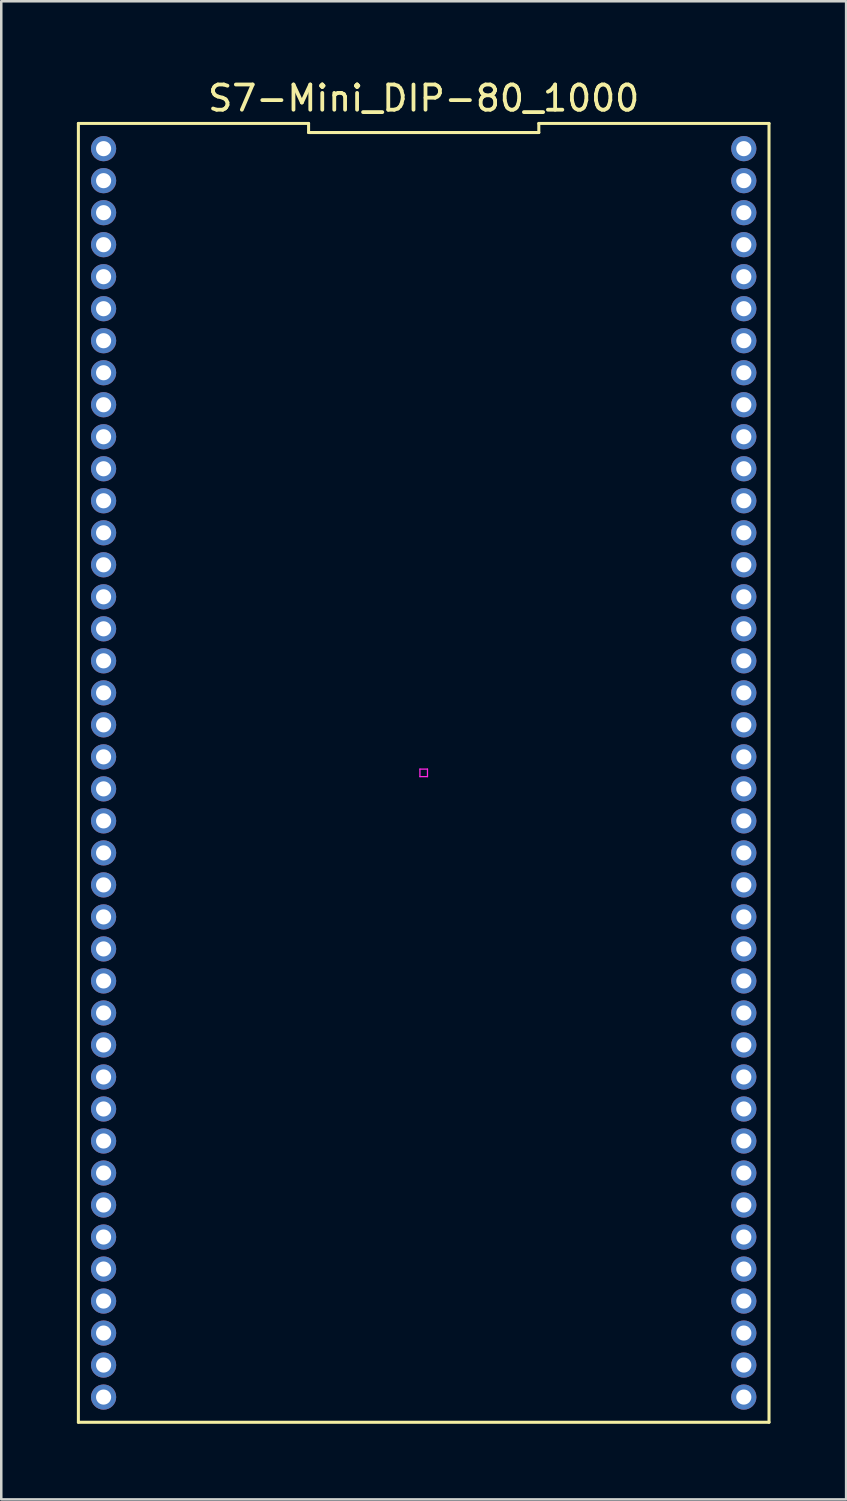
<source format=kicad_pcb>
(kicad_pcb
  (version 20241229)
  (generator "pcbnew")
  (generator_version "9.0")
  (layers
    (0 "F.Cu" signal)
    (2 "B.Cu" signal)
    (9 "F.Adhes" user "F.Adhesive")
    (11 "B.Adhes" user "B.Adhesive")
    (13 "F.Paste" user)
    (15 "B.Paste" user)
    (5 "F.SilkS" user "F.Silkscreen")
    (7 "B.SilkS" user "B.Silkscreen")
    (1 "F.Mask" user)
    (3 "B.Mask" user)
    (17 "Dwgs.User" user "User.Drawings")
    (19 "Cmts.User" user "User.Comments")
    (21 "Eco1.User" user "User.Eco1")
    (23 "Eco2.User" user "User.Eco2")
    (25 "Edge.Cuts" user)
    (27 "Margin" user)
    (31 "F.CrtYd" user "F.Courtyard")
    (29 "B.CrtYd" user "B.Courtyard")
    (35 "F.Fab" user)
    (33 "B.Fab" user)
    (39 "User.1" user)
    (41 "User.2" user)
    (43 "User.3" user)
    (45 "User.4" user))
  (footprint "S7-Mini_DIP-80_1000"
    (layer "F.Cu")
    (at 13.76 27.613)
    (property "Reference" "S7-Mini_DIP-80_1000" (at 0 -26.765 0) (layer "F.SilkS") (effects (font (size 1 1) (thickness 0.15))))
    (attr through_hole)
    (fp_line (start -13.7 25.765) (end 13.7 25.765) (stroke (width 0.12) (type solid)) (layer "F.SilkS"))
    (fp_line (start -13.7 -25.765) (end -13.7 25.765) (stroke (width 0.12) (type solid)) (layer "F.SilkS"))
    (fp_line (start -4.567 -25.765) (end -13.7 -25.765) (stroke (width 0.12) (type solid)) (layer "F.SilkS"))
    (fp_line (start -4.567 -25.405) (end -4.567 -25.765) (stroke (width 0.12) (type solid)) (layer "F.SilkS"))
    (fp_line (start 4.567 -25.765) (end 4.567 -25.405) (stroke (width 0.12) (type solid)) (layer "F.SilkS"))
    (fp_line (start 4.567 -25.405) (end -4.567 -25.405) (stroke (width 0.12) (type solid)) (layer "F.SilkS"))
    (fp_line (start 13.7 25.765) (end 13.7 -25.765) (stroke (width 0.12) (type solid)) (layer "F.SilkS"))
    (fp_line (start 13.7 -25.765) (end 4.567 -25.765) (stroke (width 0.12) (type solid)) (layer "F.SilkS"))
    (fp_line (start -0.15 -0.15) (end 0.15 -0.15) (stroke (width 0.05) (type solid)) (layer "F.CrtYd"))
    (fp_line (start -0.15 0.15) (end -0.15 -0.15) (stroke (width 0.05) (type solid)) (layer "F.CrtYd"))
    (fp_line (start 0.15 -0.15) (end 0.15 0.15) (stroke (width 0.05) (type solid)) (layer "F.CrtYd"))
    (fp_line (start 0.15 0.15) (end -0.15 0.15) (stroke (width 0.05) (type solid)) (layer "F.CrtYd"))
    (pad "1" thru_hole circle (at -12.7 -24.765 270) (size 1 1) (drill 0.6) (layers "*.Cu" "*.Mask"))
    (pad "2" thru_hole circle (at -12.7 -23.495 270) (size 1 1) (drill 0.6) (layers "*.Cu" "*.Mask"))
    (pad "3" thru_hole circle (at -12.7 -22.225 270) (size 1 1) (drill 0.6) (layers "*.Cu" "*.Mask"))
    (pad "4" thru_hole circle (at -12.7 -20.955 270) (size 1 1) (drill 0.6) (layers "*.Cu" "*.Mask"))
    (pad "5" thru_hole circle (at -12.7 -19.685 270) (size 1 1) (drill 0.6) (layers "*.Cu" "*.Mask"))
    (pad "6" thru_hole circle (at -12.7 -18.415 270) (size 1 1) (drill 0.6) (layers "*.Cu" "*.Mask"))
    (pad "7" thru_hole circle (at -12.7 -17.145 270) (size 1 1) (drill 0.6) (layers "*.Cu" "*.Mask"))
    (pad "8" thru_hole circle (at -12.7 -15.875 270) (size 1 1) (drill 0.6) (layers "*.Cu" "*.Mask"))
    (pad "9" thru_hole circle (at -12.7 -14.605 270) (size 1 1) (drill 0.6) (layers "*.Cu" "*.Mask"))
    (pad "10" thru_hole circle (at -12.7 -13.335 270) (size 1 1) (drill 0.6) (layers "*.Cu" "*.Mask"))
    (pad "11" thru_hole circle (at -12.7 -12.065 270) (size 1 1) (drill 0.6) (layers "*.Cu" "*.Mask"))
    (pad "12" thru_hole circle (at -12.7 -10.795 270) (size 1 1) (drill 0.6) (layers "*.Cu" "*.Mask"))
    (pad "13" thru_hole circle (at -12.7 -9.525 270) (size 1 1) (drill 0.6) (layers "*.Cu" "*.Mask"))
    (pad "14" thru_hole circle (at -12.7 -8.255 270) (size 1 1) (drill 0.6) (layers "*.Cu" "*.Mask"))
    (pad "15" thru_hole circle (at -12.7 -6.985 270) (size 1 1) (drill 0.6) (layers "*.Cu" "*.Mask"))
    (pad "16" thru_hole circle (at -12.7 -5.715 270) (size 1 1) (drill 0.6) (layers "*.Cu" "*.Mask"))
    (pad "17" thru_hole circle (at -12.7 -4.445 270) (size 1 1) (drill 0.6) (layers "*.Cu" "*.Mask"))
    (pad "18" thru_hole circle (at -12.7 -3.175 270) (size 1 1) (drill 0.6) (layers "*.Cu" "*.Mask"))
    (pad "19" thru_hole circle (at -12.7 -1.905 270) (size 1 1) (drill 0.6) (layers "*.Cu" "*.Mask"))
    (pad "20" thru_hole circle (at -12.7 -0.635 270) (size 1 1) (drill 0.6) (layers "*.Cu" "*.Mask"))
    (pad "21" thru_hole circle (at -12.7 0.635 270) (size 1 1) (drill 0.6) (layers "*.Cu" "*.Mask"))
    (pad "22" thru_hole circle (at -12.7 1.905 270) (size 1 1) (drill 0.6) (layers "*.Cu" "*.Mask"))
    (pad "23" thru_hole circle (at -12.7 3.175 270) (size 1 1) (drill 0.6) (layers "*.Cu" "*.Mask"))
    (pad "24" thru_hole circle (at -12.7 4.445 270) (size 1 1) (drill 0.6) (layers "*.Cu" "*.Mask"))
    (pad "25" thru_hole circle (at -12.7 5.715 270) (size 1 1) (drill 0.6) (layers "*.Cu" "*.Mask"))
    (pad "26" thru_hole circle (at -12.7 6.985 270) (size 1 1) (drill 0.6) (layers "*.Cu" "*.Mask"))
    (pad "27" thru_hole circle (at -12.7 8.255 270) (size 1 1) (drill 0.6) (layers "*.Cu" "*.Mask"))
    (pad "28" thru_hole circle (at -12.7 9.525 270) (size 1 1) (drill 0.6) (layers "*.Cu" "*.Mask"))
    (pad "29" thru_hole circle (at -12.7 10.795 270) (size 1 1) (drill 0.6) (layers "*.Cu" "*.Mask"))
    (pad "30" thru_hole circle (at -12.7 12.065 270) (size 1 1) (drill 0.6) (layers "*.Cu" "*.Mask"))
    (pad "31" thru_hole circle (at -12.7 13.335 270) (size 1 1) (drill 0.6) (layers "*.Cu" "*.Mask"))
    (pad "32" thru_hole circle (at -12.7 14.605 270) (size 1 1) (drill 0.6) (layers "*.Cu" "*.Mask"))
    (pad "33" thru_hole circle (at -12.7 15.875 270) (size 1 1) (drill 0.6) (layers "*.Cu" "*.Mask"))
    (pad "34" thru_hole circle (at -12.7 17.145 270) (size 1 1) (drill 0.6) (layers "*.Cu" "*.Mask"))
    (pad "35" thru_hole circle (at -12.7 18.415 270) (size 1 1) (drill 0.6) (layers "*.Cu" "*.Mask"))
    (pad "36" thru_hole circle (at -12.7 19.685 270) (size 1 1) (drill 0.6) (layers "*.Cu" "*.Mask"))
    (pad "37" thru_hole circle (at -12.7 20.955 270) (size 1 1) (drill 0.6) (layers "*.Cu" "*.Mask"))
    (pad "38" thru_hole circle (at -12.7 22.225 270) (size 1 1) (drill 0.6) (layers "*.Cu" "*.Mask"))
    (pad "39" thru_hole circle (at -12.7 23.495 270) (size 1 1) (drill 0.6) (layers "*.Cu" "*.Mask"))
    (pad "40" thru_hole circle (at -12.7 24.765 270) (size 1 1) (drill 0.6) (layers "*.Cu" "*.Mask"))
    (pad "41" thru_hole circle (at 12.7 24.765 270) (size 1 1) (drill 0.6) (layers "*.Cu" "*.Mask"))
    (pad "42" thru_hole circle (at 12.7 23.495 270) (size 1 1) (drill 0.6) (layers "*.Cu" "*.Mask"))
    (pad "43" thru_hole circle (at 12.7 22.225 270) (size 1 1) (drill 0.6) (layers "*.Cu" "*.Mask"))
    (pad "44" thru_hole circle (at 12.7 20.955 270) (size 1 1) (drill 0.6) (layers "*.Cu" "*.Mask"))
    (pad "45" thru_hole circle (at 12.7 19.685 270) (size 1 1) (drill 0.6) (layers "*.Cu" "*.Mask"))
    (pad "46" thru_hole circle (at 12.7 18.415 270) (size 1 1) (drill 0.6) (layers "*.Cu" "*.Mask"))
    (pad "47" thru_hole circle (at 12.7 17.145 270) (size 1 1) (drill 0.6) (layers "*.Cu" "*.Mask"))
    (pad "48" thru_hole circle (at 12.7 15.875 270) (size 1 1) (drill 0.6) (layers "*.Cu" "*.Mask"))
    (pad "49" thru_hole circle (at 12.7 14.605 270) (size 1 1) (drill 0.6) (layers "*.Cu" "*.Mask"))
    (pad "50" thru_hole circle (at 12.7 13.335 270) (size 1 1) (drill 0.6) (layers "*.Cu" "*.Mask"))
    (pad "51" thru_hole circle (at 12.7 12.065 270) (size 1 1) (drill 0.6) (layers "*.Cu" "*.Mask"))
    (pad "52" thru_hole circle (at 12.7 10.795 270) (size 1 1) (drill 0.6) (layers "*.Cu" "*.Mask"))
    (pad "53" thru_hole circle (at 12.7 9.525 270) (size 1 1) (drill 0.6) (layers "*.Cu" "*.Mask"))
    (pad "54" thru_hole circle (at 12.7 8.255 270) (size 1 1) (drill 0.6) (layers "*.Cu" "*.Mask"))
    (pad "55" thru_hole circle (at 12.7 6.985 270) (size 1 1) (drill 0.6) (layers "*.Cu" "*.Mask"))
    (pad "56" thru_hole circle (at 12.7 5.715 270) (size 1 1) (drill 0.6) (layers "*.Cu" "*.Mask"))
    (pad "57" thru_hole circle (at 12.7 4.445 270) (size 1 1) (drill 0.6) (layers "*.Cu" "*.Mask"))
    (pad "58" thru_hole circle (at 12.7 3.175 270) (size 1 1) (drill 0.6) (layers "*.Cu" "*.Mask"))
    (pad "59" thru_hole circle (at 12.7 1.905 270) (size 1 1) (drill 0.6) (layers "*.Cu" "*.Mask"))
    (pad "60" thru_hole circle (at 12.7 0.635 270) (size 1 1) (drill 0.6) (layers "*.Cu" "*.Mask"))
    (pad "61" thru_hole circle (at 12.7 -0.635 270) (size 1 1) (drill 0.6) (layers "*.Cu" "*.Mask"))
    (pad "62" thru_hole circle (at 12.7 -1.905 270) (size 1 1) (drill 0.6) (layers "*.Cu" "*.Mask"))
    (pad "63" thru_hole circle (at 12.7 -3.175 270) (size 1 1) (drill 0.6) (layers "*.Cu" "*.Mask"))
    (pad "64" thru_hole circle (at 12.7 -4.445 270) (size 1 1) (drill 0.6) (layers "*.Cu" "*.Mask"))
    (pad "65" thru_hole circle (at 12.7 -5.715 270) (size 1 1) (drill 0.6) (layers "*.Cu" "*.Mask"))
    (pad "66" thru_hole circle (at 12.7 -6.985 270) (size 1 1) (drill 0.6) (layers "*.Cu" "*.Mask"))
    (pad "67" thru_hole circle (at 12.7 -8.255 270) (size 1 1) (drill 0.6) (layers "*.Cu" "*.Mask"))
    (pad "68" thru_hole circle (at 12.7 -9.525 270) (size 1 1) (drill 0.6) (layers "*.Cu" "*.Mask"))
    (pad "69" thru_hole circle (at 12.7 -10.795 270) (size 1 1) (drill 0.6) (layers "*.Cu" "*.Mask"))
    (pad "70" thru_hole circle (at 12.7 -12.065 270) (size 1 1) (drill 0.6) (layers "*.Cu" "*.Mask"))
    (pad "71" thru_hole circle (at 12.7 -13.335 270) (size 1 1) (drill 0.6) (layers "*.Cu" "*.Mask"))
    (pad "72" thru_hole circle (at 12.7 -14.605 270) (size 1 1) (drill 0.6) (layers "*.Cu" "*.Mask"))
    (pad "73" thru_hole circle (at 12.7 -15.875 270) (size 1 1) (drill 0.6) (layers "*.Cu" "*.Mask"))
    (pad "74" thru_hole circle (at 12.7 -17.145 270) (size 1 1) (drill 0.6) (layers "*.Cu" "*.Mask"))
    (pad "75" thru_hole circle (at 12.7 -18.415 270) (size 1 1) (drill 0.6) (layers "*.Cu" "*.Mask"))
    (pad "76" thru_hole circle (at 12.7 -19.685 270) (size 1 1) (drill 0.6) (layers "*.Cu" "*.Mask"))
    (pad "77" thru_hole circle (at 12.7 -20.955 270) (size 1 1) (drill 0.6) (layers "*.Cu" "*.Mask"))
    (pad "78" thru_hole circle (at 12.7 -22.225 270) (size 1 1) (drill 0.6) (layers "*.Cu" "*.Mask"))
    (pad "79" thru_hole circle (at 12.7 -23.495 270) (size 1 1) (drill 0.6) (layers "*.Cu" "*.Mask"))
    (pad "80" thru_hole circle (at 12.7 -24.765 270) (size 1 1) (drill 0.6) (layers "*.Cu" "*.Mask")))
  (gr_rect
    (start -3 -3)
    (end 30.52 56.438)
    (stroke (width 0.1) (type default))
    (fill no)
    (layer "Edge.Cuts")))
</source>
